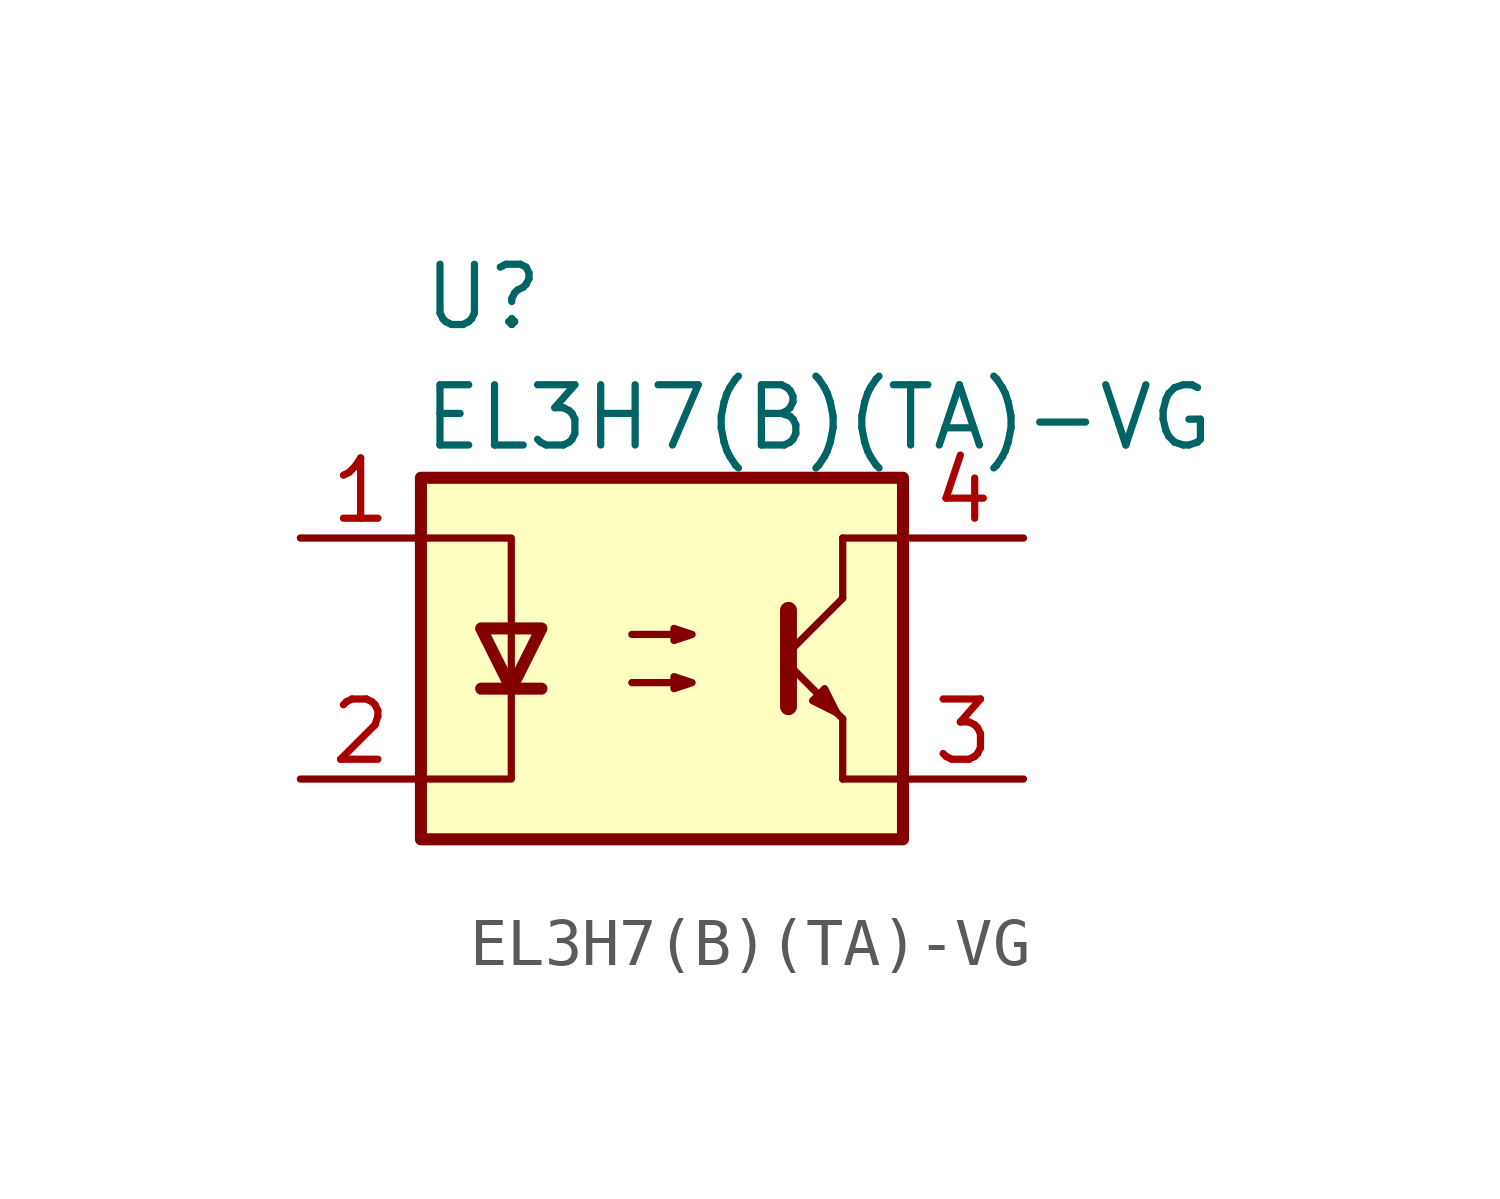
<source format=kicad_sym>
(kicad_symbol_lib
  (version 20220914)
  (generator kicad_symbol_editor)
  (symbol "EL3H7(B)(TA)-VG"
    (pin_names
      (offset 1.016))
    (property "Reference" "U"
      (at -5.08 7.62 0)
      (effects (font (size 1.27 1.27)) (justify left)))
    (property "Value" "EL3H7(B)(TA)-VG"
      (at -5.08 5.08 0)
      (effects (font (size 1.27 1.27)) (justify left)))
    (symbol "EL3H7(B)(TA)-VG_0_1"
      (rectangle (start -5.08 3.81) (end 5.08 -3.81) (stroke (width 0.254) (type default)) (fill (type background)))
      (polyline (pts (xy -3.81 -0.635) (xy -2.54 -0.635)) (stroke (width 0.254) (type default)) (fill (type none)))
      (polyline (pts (xy 2.667 -0.127) (xy 3.81 -1.27)) (stroke (width 0) (type default)) (fill (type none)))
      (polyline (pts (xy 2.667 0.127) (xy 3.81 1.27)) (stroke (width 0) (type default)) (fill (type none)))
      (polyline (pts (xy 3.81 -2.54) (xy 5.08 -2.54)) (stroke (width 0) (type default)) (fill (type none)))
      (polyline (pts (xy 3.81 -1.27) (xy 3.81 -2.54)) (stroke (width 0) (type default)) (fill (type none)))
      (polyline (pts (xy 3.81 1.27) (xy 3.81 2.54)) (stroke (width 0) (type default)) (fill (type none)))
      (polyline (pts (xy 3.81 2.54) (xy 5.08 2.54)) (stroke (width 0) (type default)) (fill (type none)))
      (polyline (pts (xy 2.667 1.016) (xy 2.667 -1.016) (xy 2.667 -1.016)) (stroke (width 0.356) (type default)) (fill (type none)))
      (polyline (pts (xy -5.08 -2.54) (xy -3.175 -2.54) (xy -3.175 2.54) (xy -5.08 2.54)) (stroke (width 0) (type default)) (fill (type none)))
      (polyline (pts (xy -3.175 -0.635) (xy -3.81 0.635) (xy -2.54 0.635) (xy -3.175 -0.635)) (stroke (width 0.254) (type default)) (fill (type none)))
      (polyline (pts (xy 3.683 -1.143) (xy 3.429 -0.635) (xy 3.175 -0.889) (xy 3.683 -1.143)) (stroke (width 0) (type default)) (fill (type none)))
      (polyline (pts (xy -0.635 -0.508) (xy 0.635 -0.508) (xy 0.254 -0.635) (xy 0.254 -0.381) (xy 0.635 -0.508)) (stroke (width 0) (type default)) (fill (type none)))
      (polyline (pts (xy -0.635 0.508) (xy 0.635 0.508) (xy 0.254 0.381) (xy 0.254 0.635) (xy 0.635 0.508)) (stroke (width 0) (type default)) (fill (type none))))
    (symbol "EL3H7(B)(TA)-VG_1_1"
      (pin passive line (at -7.62 2.54 0) (length 2.54) (name "~" (effects (font (size 1.27 1.27)))) (number "1" (effects (font (size 1.27 1.27)))))
      (pin passive line (at -7.62 -2.54 0) (length 2.54) (name "~" (effects (font (size 1.27 1.27)))) (number "2" (effects (font (size 1.27 1.27)))))
      (pin passive line (at 7.62 -2.54 180) (length 2.54) (name "~" (effects (font (size 1.27 1.27)))) (number "3" (effects (font (size 1.27 1.27)))))
      (pin passive line (at 7.62 2.54 180) (length 2.54) (name "~" (effects (font (size 1.27 1.27)))) (number "4" (effects (font (size 1.27 1.27))))))))
</source>
